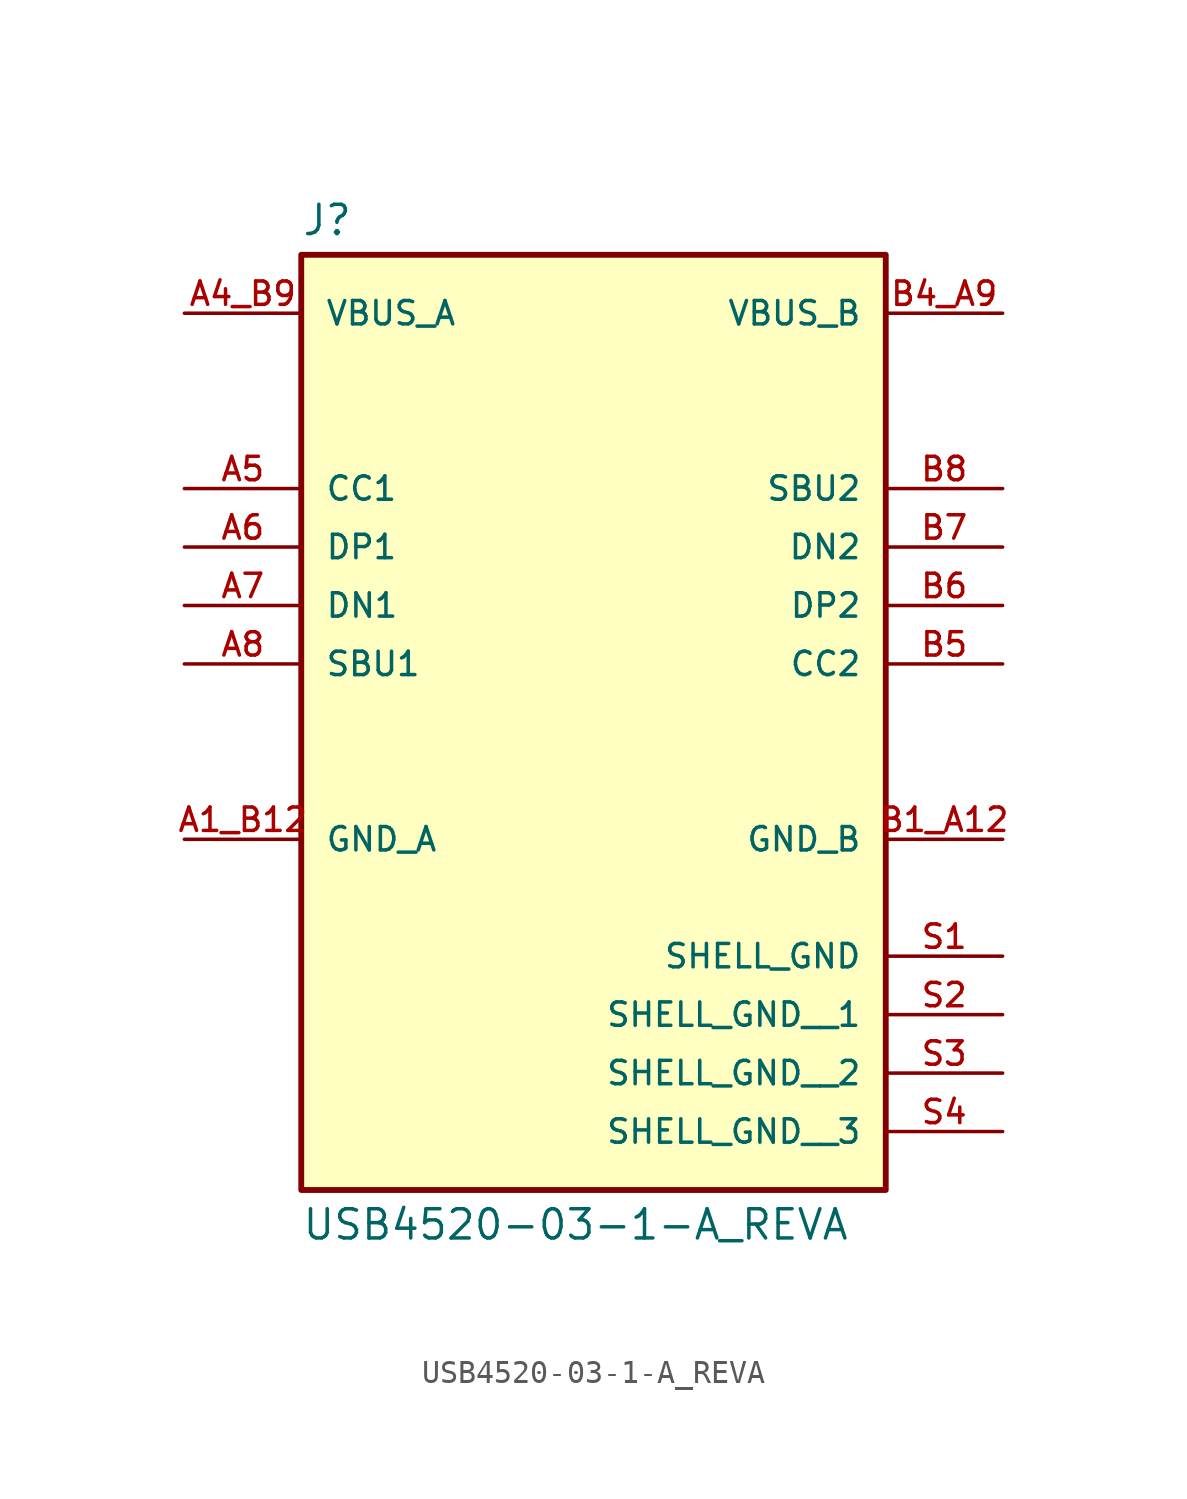
<source format=kicad_sym>
(kicad_symbol_lib
  (version 20211014)
  (generator kicad_symbol_editor)
  (symbol "USB4520-03-1-A_REVA"
    (pin_names
      (offset 1.016))
    (property "Reference" "J"
      (at -12.7 16.002 0)
      (effects (font (size 1.27 1.27)) (justify bottom left)))
    (property "Value" "USB4520-03-1-A_REVA"
      (at -12.7 -26.162 0.0)
      (effects (font (size 1.27 1.27)) (justify top left)))
    (symbol "USB4520-03-1-A_REVA_0_0"
      (rectangle (start -12.7 -25.4) (end 12.7 15.24) (stroke (width 0.254)) (fill (type background)))
      (pin power_in line (at -17.78 -10.16 0) (length 5.08) (name "GND_A" (effects (font (size 1.016 1.016)))) (number "A1_B12" (effects (font (size 1.016 1.016)))))
      (pin power_in line (at -17.78 12.7 0) (length 5.08) (name "VBUS_A" (effects (font (size 1.016 1.016)))) (number "A4_B9" (effects (font (size 1.016 1.016)))))
      (pin bidirectional line (at -17.78 2.54 0) (length 5.08) (name "DP1" (effects (font (size 1.016 1.016)))) (number "A6" (effects (font (size 1.016 1.016)))))
      (pin bidirectional line (at -17.78 5.08 0) (length 5.08) (name "CC1" (effects (font (size 1.016 1.016)))) (number "A5" (effects (font (size 1.016 1.016)))))
      (pin bidirectional line (at -17.78 -2.54 0) (length 5.08) (name "SBU1" (effects (font (size 1.016 1.016)))) (number "A8" (effects (font (size 1.016 1.016)))))
      (pin bidirectional line (at -17.78 0.0 0) (length 5.08) (name "DN1" (effects (font (size 1.016 1.016)))) (number "A7" (effects (font (size 1.016 1.016)))))
      (pin power_in line (at 17.78 -15.24 180.0) (length 5.08) (name "SHELL_GND" (effects (font (size 1.016 1.016)))) (number "S1" (effects (font (size 1.016 1.016)))))
      (pin power_in line (at 17.78 -10.16 180.0) (length 5.08) (name "GND_B" (effects (font (size 1.016 1.016)))) (number "B1_A12" (effects (font (size 1.016 1.016)))))
      (pin power_in line (at 17.78 12.7 180.0) (length 5.08) (name "VBUS_B" (effects (font (size 1.016 1.016)))) (number "B4_A9" (effects (font (size 1.016 1.016)))))
      (pin bidirectional line (at 17.78 0.0 180.0) (length 5.08) (name "DP2" (effects (font (size 1.016 1.016)))) (number "B6" (effects (font (size 1.016 1.016)))))
      (pin bidirectional line (at 17.78 -2.54 180.0) (length 5.08) (name "CC2" (effects (font (size 1.016 1.016)))) (number "B5" (effects (font (size 1.016 1.016)))))
      (pin bidirectional line (at 17.78 5.08 180.0) (length 5.08) (name "SBU2" (effects (font (size 1.016 1.016)))) (number "B8" (effects (font (size 1.016 1.016)))))
      (pin bidirectional line (at 17.78 2.54 180.0) (length 5.08) (name "DN2" (effects (font (size 1.016 1.016)))) (number "B7" (effects (font (size 1.016 1.016)))))
      (pin power_in line (at 17.78 -17.78 180.0) (length 5.08) (name "SHELL_GND__1" (effects (font (size 1.016 1.016)))) (number "S2" (effects (font (size 1.016 1.016)))))
      (pin power_in line (at 17.78 -20.32 180.0) (length 5.08) (name "SHELL_GND__2" (effects (font (size 1.016 1.016)))) (number "S3" (effects (font (size 1.016 1.016)))))
      (pin power_in line (at 17.78 -22.86 180.0) (length 5.08) (name "SHELL_GND__3" (effects (font (size 1.016 1.016)))) (number "S4" (effects (font (size 1.016 1.016))))))))
</source>
